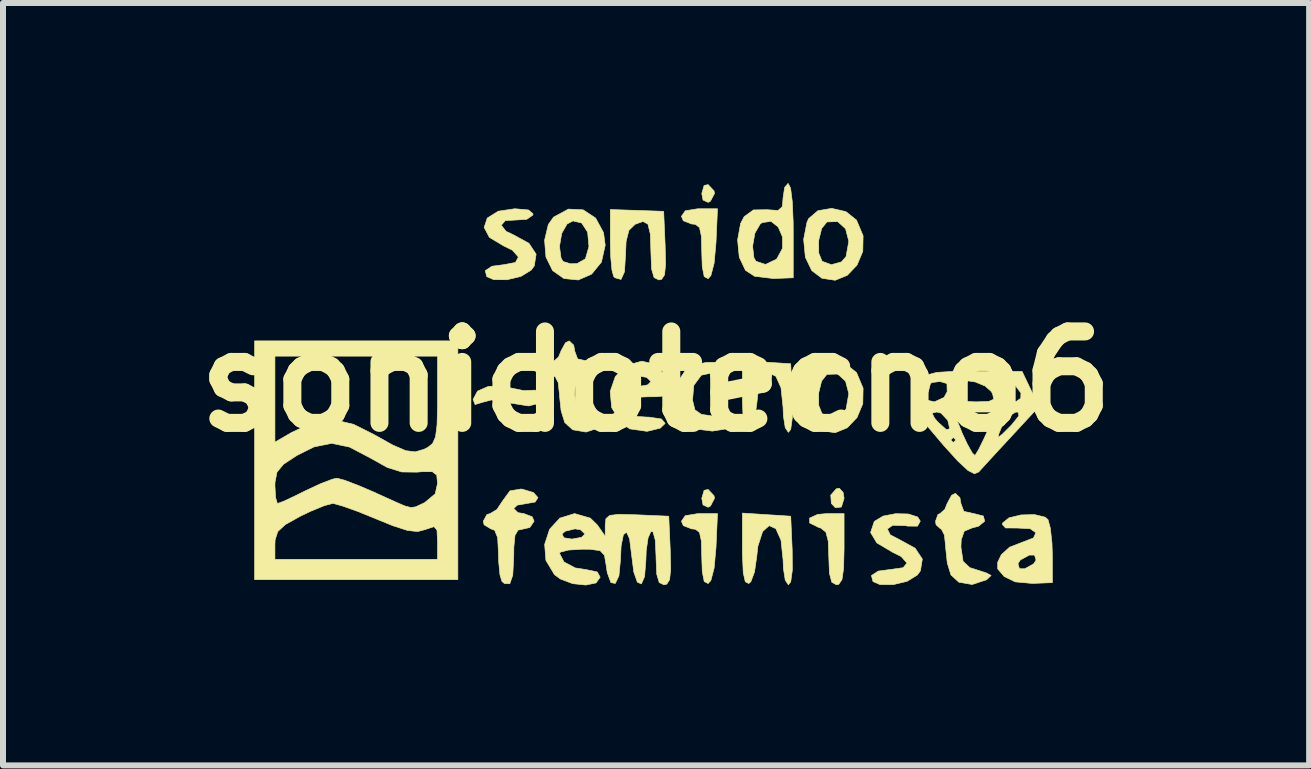
<source format=kicad_pcb>
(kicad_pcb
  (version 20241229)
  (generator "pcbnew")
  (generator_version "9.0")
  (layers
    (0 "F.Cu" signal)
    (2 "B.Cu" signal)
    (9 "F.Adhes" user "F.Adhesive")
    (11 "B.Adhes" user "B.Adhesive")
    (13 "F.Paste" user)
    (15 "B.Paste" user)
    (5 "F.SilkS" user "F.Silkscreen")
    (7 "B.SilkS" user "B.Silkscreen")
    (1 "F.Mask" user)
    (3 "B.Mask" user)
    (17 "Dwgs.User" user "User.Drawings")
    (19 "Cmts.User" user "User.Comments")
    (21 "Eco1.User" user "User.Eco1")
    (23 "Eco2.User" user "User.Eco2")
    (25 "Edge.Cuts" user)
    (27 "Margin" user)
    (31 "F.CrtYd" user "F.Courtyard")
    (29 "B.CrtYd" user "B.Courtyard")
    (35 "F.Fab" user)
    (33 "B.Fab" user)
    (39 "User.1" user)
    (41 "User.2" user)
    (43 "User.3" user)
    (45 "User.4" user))
  (footprint "sonidotecno6"
    (layer "F.Cu")
    (at 7.881 3.307)
    (property "Reference" "sonidotecno6" (at 0 0 0) (layer "F.SilkS") (effects (font (size 1.524 1.524) (thickness 0.3))))
    (attr through_hole)
    (fp_poly (pts (xy 0.966 -3.177) (xy 0.974 -3.133) (xy 0.907 -3.006) (xy 0.868 -2.985) (xy 0.783 -3.024) (xy 0.762 -3.133) (xy 0.801 -3.267) (xy 0.868 -3.281) (xy 0.966 -3.177)) (stroke (width 0.01) (type solid)) (fill yes) (layer "F.SilkS"))
    (fp_poly (pts (xy 0.966 1.903) (xy 0.974 1.947) (xy 0.907 2.074) (xy 0.868 2.095) (xy 0.783 2.056) (xy 0.762 1.947) (xy 0.801 1.813) (xy 0.868 1.799) (xy 0.966 1.903)) (stroke (width 0.01) (type solid)) (fill yes) (layer "F.SilkS"))
    (fp_poly (pts (xy 3.118 1.849) (xy 3.133 1.947) (xy 3.088 2.091) (xy 2.989 2.103) (xy 2.921 2.032) (xy 2.911 1.892) (xy 3.003 1.788) (xy 3.053 1.778) (xy 3.118 1.849)) (stroke (width 0.01) (type solid)) (fill yes) (layer "F.SilkS"))
    (fp_poly (pts (xy -2.432 0.105) (xy -2.201 0.152) (xy -2.029 0.144) (xy -1.89 0.152) (xy -1.863 0.222) (xy -1.932 0.359) (xy -2.124 0.407) (xy -2.412 0.361) (xy -2.433 0.355) (xy -2.744 0.307) (xy -2.892 0.346) (xy -3.015 0.384) (xy -3.048 0.299) (xy -3.048 0.297) (xy -2.975 0.16) (xy -2.792 0.08) (xy -2.553 0.076) (xy -2.432 0.105)) (stroke (width 0.01) (type solid)) (fill yes) (layer "F.SilkS"))
    (fp_poly (pts (xy 0.999 -2.314) (xy 0.968 -1.972) (xy 0.914 -1.766) (xy 0.868 -1.714) (xy 0.803 -1.747) (xy 0.77 -1.913) (xy 0.762 -2.152) (xy 0.755 -2.424) (xy 0.724 -2.566) (xy 0.655 -2.619) (xy 0.593 -2.625) (xy 0.455 -2.678) (xy 0.423 -2.752) (xy 0.487 -2.845) (xy 0.69 -2.878) (xy 0.724 -2.879) (xy 1.024 -2.879) (xy 0.999 -2.314)) (stroke (width 0.01) (type solid)) (fill yes) (layer "F.SilkS"))
    (fp_poly (pts (xy 0.999 2.766) (xy 0.968 3.108) (xy 0.914 3.314) (xy 0.868 3.366) (xy 0.803 3.333) (xy 0.77 3.167) (xy 0.762 2.928) (xy 0.755 2.656) (xy 0.724 2.514) (xy 0.655 2.461) (xy 0.593 2.455) (xy 0.455 2.402) (xy 0.423 2.328) (xy 0.487 2.235) (xy 0.69 2.202) (xy 0.724 2.201) (xy 1.024 2.201) (xy 0.999 2.766)) (stroke (width 0.01) (type solid)) (fill yes) (layer "F.SilkS"))
    (fp_poly (pts (xy 3.133 2.794) (xy 3.125 3.116) (xy 3.098 3.3) (xy 3.045 3.378) (xy 3.006 3.387) (xy 2.928 3.344) (xy 2.889 3.195) (xy 2.879 2.931) (xy 2.869 2.658) (xy 2.83 2.51) (xy 2.746 2.442) (xy 2.709 2.431) (xy 2.56 2.357) (xy 2.559 2.275) (xy 2.69 2.215) (xy 2.836 2.201) (xy 3.133 2.201) (xy 3.133 2.794)) (stroke (width 0.01) (type solid)) (fill yes) (layer "F.SilkS"))
    (fp_poly (pts (xy 1.841 -0.322) (xy 2.244 -0.296) (xy 2.269 0.275) (xy 2.271 0.603) (xy 2.244 0.798) (xy 2.205 0.847) (xy 2.153 0.77) (xy 2.122 0.573) (xy 2.117 0.434) (xy 2.082 0.103) (xy 1.996 -0.088) (xy 1.885 -0.138) (xy 1.776 -0.041) (xy 1.697 0.204) (xy 1.678 0.376) (xy 1.641 0.632) (xy 1.58 0.795) (xy 1.545 0.826) (xy 1.487 0.796) (xy 1.453 0.646) (xy 1.44 0.353) (xy 1.439 0.256) (xy 1.439 -0.348) (xy 1.841 -0.322)) (stroke (width 0.01) (type solid)) (fill yes) (layer "F.SilkS"))
    (fp_poly (pts (xy 1.841 2.218) (xy 2.244 2.244) (xy 2.269 2.815) (xy 2.271 3.143) (xy 2.244 3.338) (xy 2.205 3.387) (xy 2.153 3.31) (xy 2.122 3.113) (xy 2.117 2.974) (xy 2.082 2.643) (xy 1.996 2.452) (xy 1.885 2.402) (xy 1.776 2.499) (xy 1.697 2.744) (xy 1.678 2.916) (xy 1.641 3.172) (xy 1.58 3.335) (xy 1.545 3.366) (xy 1.487 3.336) (xy 1.453 3.186) (xy 1.44 2.893) (xy 1.439 2.796) (xy 1.439 2.192) (xy 1.841 2.218)) (stroke (width 0.01) (type solid)) (fill yes) (layer "F.SilkS"))
    (fp_poly (pts (xy 1.165 -0.282) (xy 1.185 -0.212) (xy 1.078 -0.153) (xy 0.964 -0.15) (xy 0.755 -0.106) (xy 0.629 0.065) (xy 0.608 0.312) (xy 0.648 0.472) (xy 0.755 0.547) (xy 0.958 0.577) (xy 1.176 0.619) (xy 1.25 0.691) (xy 1.248 0.704) (xy 1.14 0.794) (xy 0.938 0.826) (xy 0.707 0.797) (xy 0.529 0.718) (xy 0.384 0.523) (xy 0.333 0.255) (xy 0.378 -0.017) (xy 0.5 -0.204) (xy 0.647 -0.281) (xy 0.843 -0.319) (xy 1.034 -0.32) (xy 1.165 -0.282)) (stroke (width 0.01) (type solid)) (fill yes) (layer "F.SilkS"))
    (fp_poly (pts (xy -0.318 -2.851) (xy 0.127 -2.836) (xy 0.152 -2.265) (xy 0.159 -1.954) (xy 0.142 -1.778) (xy 0.094 -1.704) (xy 0.046 -1.693) (xy -0.033 -1.733) (xy -0.074 -1.874) (xy -0.085 -2.145) (xy -0.095 -2.456) (xy -0.135 -2.622) (xy -0.219 -2.667) (xy -0.35 -2.619) (xy -0.452 -2.519) (xy -0.499 -2.333) (xy -0.508 -2.114) (xy -0.526 -1.828) (xy -0.583 -1.701) (xy -0.682 -1.728) (xy -0.706 -1.75) (xy -0.735 -1.858) (xy -0.756 -2.084) (xy -0.762 -2.336) (xy -0.762 -2.866) (xy -0.318 -2.851)) (stroke (width 0.01) (type solid)) (fill yes) (layer "F.SilkS"))
    (fp_poly (pts (xy -2.124 -2.858) (xy -2.05 -2.795) (xy -2.053 -2.773) (xy -2.154 -2.703) (xy -2.306 -2.693) (xy -2.512 -2.681) (xy -2.579 -2.604) (xy -2.498 -2.502) (xy -2.375 -2.444) (xy -2.118 -2.303) (xy -1.998 -2.122) (xy -2.029 -1.926) (xy -2.081 -1.856) (xy -2.25 -1.752) (xy -2.483 -1.696) (xy -2.703 -1.697) (xy -2.82 -1.747) (xy -2.846 -1.847) (xy -2.734 -1.921) (xy -2.535 -1.947) (xy -2.342 -1.984) (xy -2.294 -2.075) (xy -2.393 -2.188) (xy -2.54 -2.26) (xy -2.777 -2.402) (xy -2.864 -2.567) (xy -2.812 -2.724) (xy -2.629 -2.838) (xy -2.353 -2.879) (xy -2.124 -2.858)) (stroke (width 0.01) (type solid)) (fill yes) (layer "F.SilkS"))
    (fp_poly (pts (xy 3.163 -2.831) (xy 3.34 -2.69) (xy 3.45 -2.429) (xy 3.445 -2.169) (xy 3.349 -1.94) (xy 3.187 -1.77) (xy 2.984 -1.687) (xy 2.765 -1.72) (xy 2.595 -1.848) (xy 2.488 -2.071) (xy 2.461 -2.35) (xy 2.71 -2.35) (xy 2.711 -2.141) (xy 2.766 -2.004) (xy 2.92 -1.947) (xy 3.089 -1.993) (xy 3.166 -2.081) (xy 3.212 -2.337) (xy 3.158 -2.545) (xy 3.027 -2.665) (xy 2.847 -2.659) (xy 2.759 -2.549) (xy 2.71 -2.35) (xy 2.461 -2.35) (xy 2.459 -2.366) (xy 2.514 -2.651) (xy 2.543 -2.715) (xy 2.698 -2.847) (xy 2.927 -2.885) (xy 3.163 -2.831)) (stroke (width 0.01) (type solid)) (fill yes) (layer "F.SilkS"))
    (fp_poly (pts (xy 3.163 -0.291) (xy 3.34 -0.15) (xy 3.45 0.111) (xy 3.445 0.371) (xy 3.349 0.6) (xy 3.187 0.77) (xy 2.984 0.853) (xy 2.765 0.82) (xy 2.595 0.692) (xy 2.488 0.469) (xy 2.461 0.19) (xy 2.71 0.19) (xy 2.711 0.399) (xy 2.766 0.536) (xy 2.92 0.593) (xy 3.089 0.547) (xy 3.166 0.459) (xy 3.212 0.203) (xy 3.158 -0.005) (xy 3.027 -0.125) (xy 2.847 -0.119) (xy 2.759 -0.009) (xy 2.71 0.19) (xy 2.461 0.19) (xy 2.459 0.174) (xy 2.514 -0.111) (xy 2.543 -0.175) (xy 2.698 -0.307) (xy 2.927 -0.345) (xy 3.163 -0.291)) (stroke (width 0.01) (type solid)) (fill yes) (layer "F.SilkS"))
    (fp_poly (pts (xy -1.215 -2.861) (xy -1.007 -2.724) (xy -0.875 -2.481) (xy -0.847 -2.271) (xy -0.91 -1.989) (xy -1.074 -1.789) (xy -1.296 -1.692) (xy -1.535 -1.716) (xy -1.723 -1.848) (xy -1.834 -2.073) (xy -1.849 -2.252) (xy -1.609 -2.252) (xy -1.583 -2.057) (xy -1.549 -2) (xy -1.424 -1.962) (xy -1.316 -1.965) (xy -1.177 -2.044) (xy -1.118 -2.248) (xy -1.118 -2.251) (xy -1.14 -2.489) (xy -1.239 -2.641) (xy -1.384 -2.676) (xy -1.482 -2.625) (xy -1.571 -2.47) (xy -1.609 -2.252) (xy -1.849 -2.252) (xy -1.857 -2.355) (xy -1.795 -2.616) (xy -1.708 -2.739) (xy -1.46 -2.873) (xy -1.215 -2.861)) (stroke (width 0.01) (type solid)) (fill yes) (layer "F.SilkS"))
    (fp_poly (pts (xy 4.203 2.207) (xy 4.359 2.257) (xy 4.403 2.326) (xy 4.356 2.41) (xy 4.194 2.409) (xy 4.159 2.402) (xy 3.944 2.395) (xy 3.854 2.457) (xy 3.902 2.554) (xy 4.059 2.636) (xy 4.317 2.777) (xy 4.437 2.958) (xy 4.405 3.154) (xy 4.354 3.224) (xy 4.185 3.328) (xy 3.952 3.384) (xy 3.731 3.383) (xy 3.615 3.333) (xy 3.589 3.233) (xy 3.701 3.159) (xy 3.895 3.133) (xy 4.117 3.102) (xy 4.181 3.024) (xy 4.084 2.916) (xy 3.939 2.843) (xy 3.679 2.689) (xy 3.575 2.516) (xy 3.635 2.335) (xy 3.642 2.327) (xy 3.783 2.242) (xy 3.991 2.202) (xy 4.203 2.207)) (stroke (width 0.01) (type solid)) (fill yes) (layer "F.SilkS"))
    (fp_poly (pts (xy -2.228 1.794) (xy -2.042 1.85) (xy -1.967 1.935) (xy -2.015 2.008) (xy -2.152 2.032) (xy -2.314 2.06) (xy -2.371 2.117) (xy -2.3 2.185) (xy -2.201 2.201) (xy -2.063 2.254) (xy -2.032 2.328) (xy -2.103 2.432) (xy -2.201 2.455) (xy -2.299 2.476) (xy -2.35 2.563) (xy -2.369 2.758) (xy -2.371 2.921) (xy -2.387 3.225) (xy -2.437 3.37) (xy -2.526 3.366) (xy -2.568 3.33) (xy -2.601 3.219) (xy -2.622 3) (xy -2.625 2.865) (xy -2.639 2.603) (xy -2.689 2.478) (xy -2.752 2.455) (xy -2.864 2.388) (xy -2.879 2.328) (xy -2.818 2.216) (xy -2.765 2.201) (xy -2.651 2.132) (xy -2.553 1.984) (xy -2.434 1.822) (xy -2.251 1.791) (xy -2.228 1.794)) (stroke (width 0.01) (type solid)) (fill yes) (layer "F.SilkS"))
    (fp_poly (pts (xy 2.242 -3.222) (xy 2.27 -2.999) (xy 2.285 -2.661) (xy 2.286 -2.516) (xy 2.286 -1.729) (xy 1.956 -1.716) (xy 1.642 -1.754) (xy 1.49 -1.853) (xy 1.387 -2.07) (xy 1.369 -2.255) (xy 1.609 -2.255) (xy 1.631 -2.062) (xy 1.665 -2.004) (xy 1.822 -1.951) (xy 1.999 -2.034) (xy 2.015 -2.049) (xy 2.107 -2.219) (xy 2.107 -2.409) (xy 2.036 -2.574) (xy 1.916 -2.669) (xy 1.769 -2.648) (xy 1.736 -2.625) (xy 1.647 -2.472) (xy 1.609 -2.255) (xy 1.369 -2.255) (xy 1.359 -2.358) (xy 1.409 -2.634) (xy 1.468 -2.747) (xy 1.622 -2.859) (xy 1.849 -2.863) (xy 2.033 -2.85) (xy 2.105 -2.915) (xy 2.117 -3.063) (xy 2.143 -3.235) (xy 2.201 -3.302) (xy 2.242 -3.222)) (stroke (width 0.01) (type solid)) (fill yes) (layer "F.SilkS"))
    (fp_poly (pts (xy 6.482 2.26) (xy 6.531 2.301) (xy 6.57 2.444) (xy 6.597 2.692) (xy 6.603 2.882) (xy 6.604 3.351) (xy 6.267 3.364) (xy 5.984 3.338) (xy 5.801 3.249) (xy 5.693 3.123) (xy 5.692 3.035) (xy 6.03 3.035) (xy 6.055 3.119) (xy 6.143 3.12) (xy 6.291 3.038) (xy 6.332 2.976) (xy 6.307 2.892) (xy 6.219 2.892) (xy 6.07 2.973) (xy 6.03 3.035) (xy 5.692 3.035) (xy 5.692 3.013) (xy 5.754 2.884) (xy 5.891 2.76) (xy 6.1 2.679) (xy 6.289 2.606) (xy 6.329 2.519) (xy 6.233 2.452) (xy 6.015 2.441) (xy 5.823 2.44) (xy 5.77 2.38) (xy 5.776 2.356) (xy 5.881 2.271) (xy 6.081 2.223) (xy 6.305 2.217) (xy 6.482 2.26)) (stroke (width 0.01) (type solid)) (fill yes) (layer "F.SilkS"))
    (fp_poly (pts (xy -1.372 -0.606) (xy -1.355 -0.508) (xy -1.307 -0.377) (xy -1.139 -0.339) (xy -1.136 -0.339) (xy -0.981 -0.299) (xy -0.959 -0.213) (xy -1.063 -0.128) (xy -1.171 -0.1) (xy -1.299 -0.046) (xy -1.35 0.097) (xy -1.355 0.22) (xy -1.319 0.456) (xy -1.206 0.561) (xy -1.006 0.625) (xy -0.934 0.648) (xy -0.852 0.691) (xy -0.921 0.757) (xy -0.934 0.765) (xy -1.167 0.842) (xy -1.388 0.804) (xy -1.521 0.683) (xy -1.582 0.486) (xy -1.609 0.232) (xy -1.609 0.217) (xy -1.63 0.019) (xy -1.681 -0.081) (xy -1.693 -0.085) (xy -1.768 -0.153) (xy -1.778 -0.212) (xy -1.738 -0.324) (xy -1.703 -0.339) (xy -1.624 -0.409) (xy -1.584 -0.508) (xy -1.51 -0.645) (xy -1.447 -0.677) (xy -1.372 -0.606)) (stroke (width 0.01) (type solid)) (fill yes) (layer "F.SilkS"))
    (fp_poly (pts (xy 5.063 1.934) (xy 5.08 2.032) (xy 5.128 2.163) (xy 5.295 2.201) (xy 5.299 2.201) (xy 5.454 2.241) (xy 5.476 2.327) (xy 5.372 2.412) (xy 5.264 2.44) (xy 5.135 2.494) (xy 5.085 2.637) (xy 5.08 2.76) (xy 5.116 2.996) (xy 5.228 3.101) (xy 5.428 3.165) (xy 5.501 3.188) (xy 5.583 3.231) (xy 5.514 3.297) (xy 5.501 3.305) (xy 5.268 3.382) (xy 5.046 3.344) (xy 4.914 3.223) (xy 4.853 3.026) (xy 4.826 2.772) (xy 4.826 2.757) (xy 4.805 2.559) (xy 4.754 2.459) (xy 4.741 2.455) (xy 4.666 2.387) (xy 4.657 2.328) (xy 4.697 2.216) (xy 4.731 2.201) (xy 4.811 2.131) (xy 4.851 2.032) (xy 4.925 1.895) (xy 4.987 1.863) (xy 5.063 1.934)) (stroke (width 0.01) (type solid)) (fill yes) (layer "F.SilkS"))
    (fp_poly (pts (xy -0.012 -0.286) (xy 0.14 -0.11) (xy 0.207 0.064) (xy 0.229 0.179) (xy 0.177 0.235) (xy 0.013 0.253) (xy -0.13 0.254) (xy -0.37 0.264) (xy -0.475 0.301) (xy -0.478 0.38) (xy -0.475 0.388) (xy -0.43 0.523) (xy -0.423 0.557) (xy -0.349 0.58) (xy -0.165 0.592) (xy -0.12 0.593) (xy 0.09 0.624) (xy 0.152 0.697) (xy 0.07 0.777) (xy -0.15 0.83) (xy -0.438 0.789) (xy -0.588 0.682) (xy -0.739 0.436) (xy -0.764 0.166) (xy -0.707 0) (xy -0.466 0) (xy -0.436 0.063) (xy -0.301 0.085) (xy -0.14 0.056) (xy -0.085 0) (xy -0.155 -0.069) (xy -0.249 -0.085) (xy -0.411 -0.046) (xy -0.466 0) (xy -0.707 0) (xy -0.678 -0.084) (xy -0.498 -0.267) (xy -0.238 -0.339) (xy -0.237 -0.339) (xy -0.012 -0.286)) (stroke (width 0.01) (type solid)) (fill yes) (layer "F.SilkS"))
    (fp_poly (pts (xy -1.095 2.276) (xy -0.978 2.39) (xy -0.847 2.578) (xy -0.847 2.388) (xy -0.835 2.285) (xy -0.773 2.231) (xy -0.622 2.213) (xy -0.344 2.22) (xy -0.318 2.221) (xy 0.212 2.244) (xy 0.237 2.815) (xy 0.244 3.126) (xy 0.226 3.302) (xy 0.179 3.376) (xy 0.131 3.387) (xy 0.053 3.349) (xy 0.012 3.212) (xy 0.000053 2.943) (xy 0 2.916) (xy -0.013 2.642) (xy -0.051 2.505) (xy -0.085 2.498) (xy -0.133 2.606) (xy -0.164 2.824) (xy -0.169 2.975) (xy -0.191 3.251) (xy -0.244 3.372) (xy -0.311 3.344) (xy -0.371 3.173) (xy -0.407 2.891) (xy -0.441 2.621) (xy -0.491 2.511) (xy -0.544 2.552) (xy -0.582 2.74) (xy -0.593 2.975) (xy -0.618 3.237) (xy -0.679 3.365) (xy -0.752 3.35) (xy -0.813 3.184) (xy -0.831 3.063) (xy -0.859 2.896) (xy -0.932 2.818) (xy -1.101 2.795) (xy -1.233 2.794) (xy -1.458 2.808) (xy -1.592 2.842) (xy -1.609 2.862) (xy -1.534 3.006) (xy -1.346 3.106) (xy -1.168 3.133) (xy -0.979 3.173) (xy -0.931 3.26) (xy -1 3.356) (xy -1.171 3.391) (xy -1.388 3.368) (xy -1.595 3.29) (xy -1.693 3.217) (xy -1.835 2.98) (xy -1.856 2.713) (xy -1.799 2.54) (xy -1.566 2.54) (xy -1.536 2.603) (xy -1.402 2.625) (xy -1.241 2.596) (xy -1.185 2.54) (xy -1.256 2.471) (xy -1.35 2.455) (xy -1.512 2.494) (xy -1.566 2.54) (xy -1.799 2.54) (xy -1.774 2.462) (xy -1.603 2.276) (xy -1.36 2.201) (xy -1.355 2.201) (xy -1.095 2.276)) (stroke (width 0.01) (type solid)) (fill yes) (layer "F.SilkS"))
    (fp_poly (pts (xy -3.302 3.302) (xy -6.689 3.302) (xy -6.689 2.711) (xy -6.35 2.711) (xy -6.35 2.963) (xy -3.641 2.963) (xy -3.641 2.669) (xy -3.65 2.476) (xy -3.7 2.418) (xy -3.825 2.459) (xy -3.839 2.465) (xy -3.973 2.5) (xy -4.143 2.481) (xy -4.39 2.401) (xy -4.652 2.294) (xy -4.959 2.169) (xy -5.215 2.077) (xy -5.372 2.033) (xy -5.388 2.032) (xy -5.527 2.068) (xy -5.756 2.162) (xy -5.929 2.245) (xy -6.176 2.383) (xy -6.303 2.5) (xy -6.347 2.639) (xy -6.35 2.711) (xy -6.689 2.711) (xy -6.689 1.739) (xy -6.35 1.739) (xy -6.339 1.934) (xy -6.31 2.03) (xy -6.305 2.032) (xy -6.21 1.997) (xy -6.015 1.906) (xy -5.842 1.82) (xy -5.591 1.703) (xy -5.391 1.627) (xy -5.316 1.611) (xy -5.188 1.645) (xy -4.957 1.733) (xy -4.67 1.856) (xy -4.657 1.863) (xy -4.366 1.995) (xy -4.189 2.072) (xy -4.083 2.1) (xy -4.005 2.088) (xy -3.911 2.044) (xy -3.856 2.018) (xy -3.68 1.872) (xy -3.641 1.699) (xy -3.654 1.559) (xy -3.727 1.503) (xy -3.907 1.503) (xy -3.985 1.51) (xy -4.236 1.507) (xy -4.478 1.432) (xy -4.752 1.279) (xy -5.107 1.092) (xy -5.404 1.03) (xy -5.698 1.089) (xy -5.983 1.231) (xy -6.207 1.378) (xy -6.316 1.51) (xy -6.349 1.68) (xy -6.35 1.739) (xy -6.689 1.739) (xy -6.689 -0.423) (xy -6.35 -0.423) (xy -6.35 1.01) (xy -6.075 0.85) (xy -5.708 0.678) (xy -5.38 0.632) (xy -5.038 0.714) (xy -4.699 0.884) (xy -4.386 1.059) (xy -4.171 1.152) (xy -4.013 1.172) (xy -3.869 1.13) (xy -3.804 1.098) (xy -3.723 1.033) (xy -3.674 0.921) (xy -3.649 0.725) (xy -3.641 0.407) (xy -3.641 0.293) (xy -3.641 -0.423) (xy -6.35 -0.423) (xy -6.689 -0.423) (xy -6.689 -0.677) (xy -3.302 -0.677) (xy -3.302 3.302)) (stroke (width 0.01) (type solid)) (fill yes) (layer "F.SilkS"))
    (fp_poly (pts (xy 6.239 0.125) (xy 6.379 0.419) (xy 5.927 0.908) (xy 5.698 1.155) (xy 5.506 1.364) (xy 5.387 1.495) (xy 5.376 1.507) (xy 5.305 1.537) (xy 5.196 1.481) (xy 5.028 1.324) (xy 4.798 1.071) (xy 4.716 0.974) (xy 4.911 0.974) (xy 4.953 1.016) (xy 4.995 0.974) (xy 4.953 0.931) (xy 4.911 0.974) (xy 4.716 0.974) (xy 4.543 0.77) (xy 4.394 0.552) (xy 4.385 0.527) (xy 4.599 0.527) (xy 4.639 0.608) (xy 4.699 0.678) (xy 4.838 0.802) (xy 4.894 0.788) (xy 4.861 0.647) (xy 4.77 0.549) (xy 4.995 0.549) (xy 5.026 0.672) (xy 5.1 0.858) (xy 5.19 1.05) (xy 5.271 1.193) (xy 5.315 1.232) (xy 5.375 1.133) (xy 5.471 0.938) (xy 5.474 0.931) (xy 5.702 0.931) (xy 5.771 0.876) (xy 5.906 0.742) (xy 5.927 0.72) (xy 6.045 0.574) (xy 6.037 0.513) (xy 5.997 0.508) (xy 5.871 0.578) (xy 5.773 0.72) (xy 5.711 0.873) (xy 5.702 0.931) (xy 5.474 0.931) (xy 5.512 0.848) (xy 5.664 0.508) (xy 5.33 0.508) (xy 5.119 0.517) (xy 5.003 0.54) (xy 4.995 0.549) (xy 4.77 0.549) (xy 4.75 0.527) (xy 4.677 0.508) (xy 4.599 0.527) (xy 4.385 0.527) (xy 4.335 0.378) (xy 4.352 0.211) (xy 4.355 0.205) (xy 4.521 0.205) (xy 4.527 0.313) (xy 4.638 0.339) (xy 4.743 0.291) (xy 5.026 0.291) (xy 5.13 0.33) (xy 5.328 0.339) (xy 5.545 0.331) (xy 5.627 0.295) (xy 5.608 0.207) (xy 5.588 0.169) (xy 5.499 0.089) (xy 5.717 0.089) (xy 5.754 0.163) (xy 5.871 0.296) (xy 5.997 0.336) (xy 6.077 0.279) (xy 6.08 0.191) (xy 5.984 0.064) (xy 5.856 0.014) (xy 5.719 0.011) (xy 5.717 0.089) (xy 5.499 0.089) (xy 5.483 0.075) (xy 5.321 0.008) (xy 5.165 -0.016) (xy 5.082 0.021) (xy 5.08 0.035) (xy 5.054 0.135) (xy 5.029 0.205) (xy 5.026 0.291) (xy 4.743 0.291) (xy 4.798 0.266) (xy 4.851 0.169) (xy 4.847 0.034) (xy 4.733 0) (xy 4.6 0.016) (xy 4.572 0.035) (xy 4.546 0.135) (xy 4.521 0.205) (xy 4.355 0.205) (xy 4.416 0.046) (xy 4.47 -0.054) (xy 4.545 -0.118) (xy 4.677 -0.152) (xy 4.902 -0.166) (xy 5.256 -0.169) (xy 5.307 -0.169) (xy 6.099 -0.169) (xy 6.239 0.125)) (stroke (width 0.01) (type solid)) (fill yes) (layer "F.SilkS")))
  (gr_rect
    (start -3 -3)
    (end 18.763 9.703)
    (stroke (width 0.1) (type default))
    (fill no)
    (layer "Edge.Cuts")))
</source>
